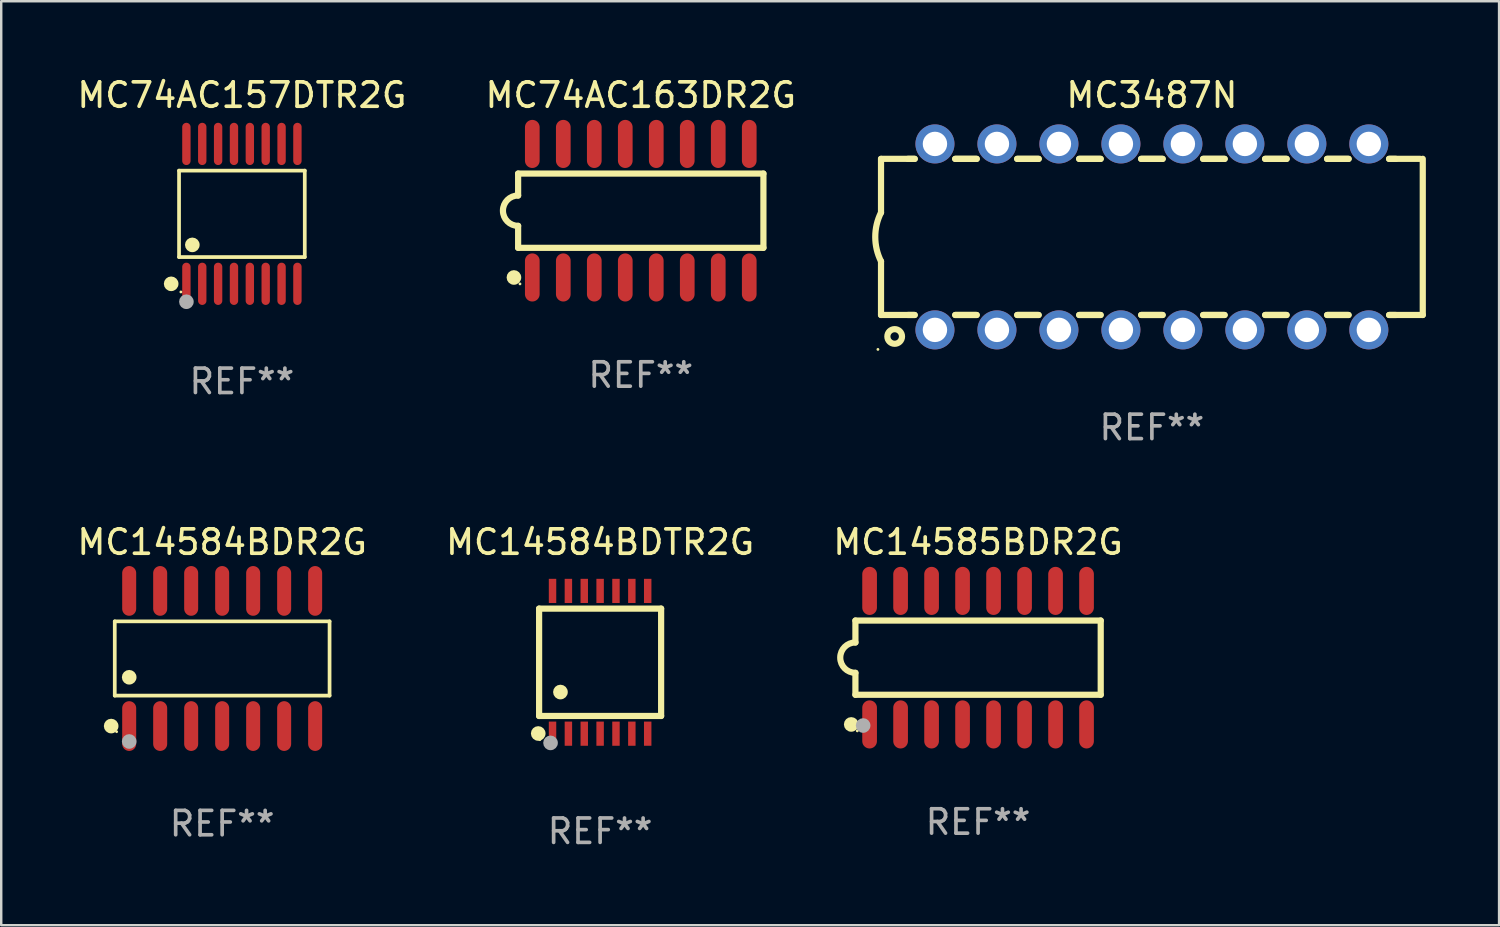
<source format=kicad_pcb>
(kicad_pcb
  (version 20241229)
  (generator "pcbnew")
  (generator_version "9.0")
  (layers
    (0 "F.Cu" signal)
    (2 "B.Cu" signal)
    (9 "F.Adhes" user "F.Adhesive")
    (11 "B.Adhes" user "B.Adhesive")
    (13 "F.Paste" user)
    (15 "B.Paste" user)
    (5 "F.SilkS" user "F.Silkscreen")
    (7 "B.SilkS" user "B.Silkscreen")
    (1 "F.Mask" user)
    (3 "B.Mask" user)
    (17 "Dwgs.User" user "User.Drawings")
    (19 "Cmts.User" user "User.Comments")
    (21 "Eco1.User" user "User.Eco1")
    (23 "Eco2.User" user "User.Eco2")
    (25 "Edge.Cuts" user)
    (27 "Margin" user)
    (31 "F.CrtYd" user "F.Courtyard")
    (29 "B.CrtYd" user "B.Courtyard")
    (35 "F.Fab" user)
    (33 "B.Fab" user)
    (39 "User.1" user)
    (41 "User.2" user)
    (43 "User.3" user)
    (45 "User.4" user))
  (footprint "MC14585BDR2G"
    (layer "F.Cu")
    (at 37.03 23.9)
    (property "Reference" "MC14585BDR2G" (at 0 -4.736 0) (layer "F.SilkS") (effects (font (size 1 1) (thickness 0.15))))
    (attr through_hole)
    (fp_line (start -5.026 -1.521) (end -5.026 -0.621) (stroke (width 0.254) (type solid)) (layer "F.SilkS"))
    (fp_line (start -5.026 -1.521) (end 5.026 -1.521) (stroke (width 0.254) (type solid)) (layer "F.SilkS"))
    (fp_line (start -5.026 1.521) (end -5.026 0.621) (stroke (width 0.254) (type solid)) (layer "F.SilkS"))
    (fp_line (start 5.026 -1.521) (end 5.026 1.521) (stroke (width 0.254) (type solid)) (layer "F.SilkS"))
    (fp_line (start 5.026 1.521) (end -5.026 1.521) (stroke (width 0.254) (type solid)) (layer "F.SilkS"))
    (fp_arc (start -5.026187 0.621387) (mid -5.647752 -0.000787) (end -5.025781 -0.622555) (stroke (width 0.254001) (type solid)) (layer "F.SilkS"))
    (fp_circle (center -5.198 2.736) (end -5.048 2.736) (stroke (width 0.3) (type solid)) (fill no) (layer "F.SilkS"))
    (fp_circle (center -4.95 3) (end -4.92 3) (stroke (width 0.06) (type solid)) (fill no) (layer "F.SilkS"))
    (fp_circle (center -4.71 2.78) (end -4.56 2.78) (stroke (width 0.3) (type solid)) (fill no) (layer "F.Fab"))
    (fp_text user "REF**" (at 0 6.736 0) (layer "F.Fab") (effects (font (size 1 1) (thickness 0.15))))
    (pad "1" smd oval (at -4.445 2.736) (size 0.602 1.971) (layers "F.Cu" "F.Mask" "F.Paste"))
    (pad "2" smd oval (at -3.175 2.736) (size 0.602 1.971) (layers "F.Cu" "F.Mask" "F.Paste"))
    (pad "3" smd oval (at -1.905 2.736) (size 0.602 1.971) (layers "F.Cu" "F.Mask" "F.Paste"))
    (pad "4" smd oval (at -0.635 2.736) (size 0.602 1.971) (layers "F.Cu" "F.Mask" "F.Paste"))
    (pad "5" smd oval (at 0.635 2.736) (size 0.602 1.971) (layers "F.Cu" "F.Mask" "F.Paste"))
    (pad "6" smd oval (at 1.905 2.736) (size 0.602 1.971) (layers "F.Cu" "F.Mask" "F.Paste"))
    (pad "7" smd oval (at 3.175 2.736) (size 0.602 1.971) (layers "F.Cu" "F.Mask" "F.Paste"))
    (pad "8" smd oval (at 4.445 2.736) (size 0.602 1.971) (layers "F.Cu" "F.Mask" "F.Paste"))
    (pad "9" smd oval (at 4.445 -2.736) (size 0.602 1.971) (layers "F.Cu" "F.Mask" "F.Paste"))
    (pad "10" smd oval (at 3.175 -2.736) (size 0.602 1.971) (layers "F.Cu" "F.Mask" "F.Paste"))
    (pad "11" smd oval (at 1.905 -2.736) (size 0.602 1.971) (layers "F.Cu" "F.Mask" "F.Paste"))
    (pad "12" smd oval (at 0.635 -2.736) (size 0.602 1.971) (layers "F.Cu" "F.Mask" "F.Paste"))
    (pad "13" smd oval (at -0.635 -2.736) (size 0.602 1.971) (layers "F.Cu" "F.Mask" "F.Paste"))
    (pad "14" smd oval (at -1.905 -2.736) (size 0.602 1.971) (layers "F.Cu" "F.Mask" "F.Paste"))
    (pad "15" smd oval (at -3.175 -2.736) (size 0.602 1.971) (layers "F.Cu" "F.Mask" "F.Paste"))
    (pad "16" smd oval (at -4.445 -2.736) (size 0.602 1.971) (layers "F.Cu" "F.Mask" "F.Paste")))
  (footprint "MC3487N"
    (layer "F.Cu")
    (at 44.153 6.658)
    (property "Reference" "MC3487N" (at 0 -5.81 0) (layer "F.SilkS") (effects (font (size 1 1) (thickness 0.15))))
    (attr through_hole)
    (fp_line (start -11.1 -3.198) (end -9.719 -3.198) (stroke (width 0.254) (type solid)) (layer "F.SilkS"))
    (fp_line (start -11.1 -0.998) (end -11.1 -3.198) (stroke (width 0.254) (type solid)) (layer "F.SilkS"))
    (fp_line (start -11.1 3.2) (end -11.1 1) (stroke (width 0.254) (type solid)) (layer "F.SilkS"))
    (fp_line (start -11.1 3.2) (end -9.721 3.2) (stroke (width 0.254) (type solid)) (layer "F.SilkS"))
    (fp_line (start -10 -3.198) (end -9.719 -3.198) (stroke (width 0.254) (type solid)) (layer "F.SilkS"))
    (fp_line (start -10 3.2) (end -9.721 3.2) (stroke (width 0.254) (type solid)) (layer "F.SilkS"))
    (fp_line (start -8.061 -3.198) (end -7.179 -3.198) (stroke (width 0.254) (type solid)) (layer "F.SilkS"))
    (fp_line (start -8.061 -3.198) (end -7.179 -3.198) (stroke (width 0.254) (type solid)) (layer "F.SilkS"))
    (fp_line (start -8.059 3.2) (end -7.181 3.2) (stroke (width 0.254) (type solid)) (layer "F.SilkS"))
    (fp_line (start -8.059 3.2) (end -7.181 3.2) (stroke (width 0.254) (type solid)) (layer "F.SilkS"))
    (fp_line (start -5.521 -3.198) (end -4.639 -3.198) (stroke (width 0.254) (type solid)) (layer "F.SilkS"))
    (fp_line (start -5.521 -3.198) (end -4.639 -3.198) (stroke (width 0.254) (type solid)) (layer "F.SilkS"))
    (fp_line (start -5.519 3.2) (end -4.641 3.2) (stroke (width 0.254) (type solid)) (layer "F.SilkS"))
    (fp_line (start -5.519 3.2) (end -4.641 3.2) (stroke (width 0.254) (type solid)) (layer "F.SilkS"))
    (fp_line (start -2.981 -3.198) (end -2.099 -3.198) (stroke (width 0.254) (type solid)) (layer "F.SilkS"))
    (fp_line (start -2.981 -3.198) (end -2.099 -3.198) (stroke (width 0.254) (type solid)) (layer "F.SilkS"))
    (fp_line (start -2.979 3.2) (end -2.101 3.2) (stroke (width 0.254) (type solid)) (layer "F.SilkS"))
    (fp_line (start -2.979 3.2) (end -2.101 3.2) (stroke (width 0.254) (type solid)) (layer "F.SilkS"))
    (fp_line (start -0.441 -3.198) (end 0.441 -3.198) (stroke (width 0.254) (type solid)) (layer "F.SilkS"))
    (fp_line (start -0.441 -3.198) (end 0.441 -3.198) (stroke (width 0.254) (type solid)) (layer "F.SilkS"))
    (fp_line (start -0.439 3.2) (end 0.439 3.2) (stroke (width 0.254) (type solid)) (layer "F.SilkS"))
    (fp_line (start -0.439 3.2) (end 0.439 3.2) (stroke (width 0.254) (type solid)) (layer "F.SilkS"))
    (fp_line (start 2.099 -3.198) (end 2.981 -3.198) (stroke (width 0.254) (type solid)) (layer "F.SilkS"))
    (fp_line (start 2.099 -3.198) (end 2.981 -3.198) (stroke (width 0.254) (type solid)) (layer "F.SilkS"))
    (fp_line (start 2.101 3.2) (end 2.979 3.2) (stroke (width 0.254) (type solid)) (layer "F.SilkS"))
    (fp_line (start 2.101 3.2) (end 2.979 3.2) (stroke (width 0.254) (type solid)) (layer "F.SilkS"))
    (fp_line (start 4.639 -3.198) (end 5.521 -3.198) (stroke (width 0.254) (type solid)) (layer "F.SilkS"))
    (fp_line (start 4.639 -3.198) (end 5.521 -3.198) (stroke (width 0.254) (type solid)) (layer "F.SilkS"))
    (fp_line (start 4.641 3.2) (end 5.519 3.2) (stroke (width 0.254) (type solid)) (layer "F.SilkS"))
    (fp_line (start 4.641 3.2) (end 5.519 3.2) (stroke (width 0.254) (type solid)) (layer "F.SilkS"))
    (fp_line (start 7.179 -3.198) (end 8.061 -3.198) (stroke (width 0.254) (type solid)) (layer "F.SilkS"))
    (fp_line (start 7.179 -3.198) (end 8.061 -3.198) (stroke (width 0.254) (type solid)) (layer "F.SilkS"))
    (fp_line (start 7.181 3.2) (end 8.059 3.2) (stroke (width 0.254) (type solid)) (layer "F.SilkS"))
    (fp_line (start 7.181 3.2) (end 8.059 3.2) (stroke (width 0.254) (type solid)) (layer "F.SilkS"))
    (fp_line (start 9.719 -3.198) (end 10 -3.198) (stroke (width 0.254) (type solid)) (layer "F.SilkS"))
    (fp_line (start 9.719 -3.198) (end 11 -3.198) (stroke (width 0.254) (type solid)) (layer "F.SilkS"))
    (fp_line (start 9.721 3.2) (end 11.1 3.2) (stroke (width 0.254) (type solid)) (layer "F.SilkS"))
    (fp_line (start 9.721 3.2) (end 10 3.2) (stroke (width 0.254) (type solid)) (layer "F.SilkS"))
    (fp_line (start 11.1 3.2) (end 11.1 -3.2) (stroke (width 0.254) (type solid)) (layer "F.SilkS"))
    (fp_arc (start -11.099823 1.000762) (mid -11.335827 0.001303) (end -11.1 -0.998197) (stroke (width 0.254001) (type solid)) (layer "F.SilkS"))
    (fp_circle (center -11.227 4.61) (end -11.197 4.61) (stroke (width 0.06) (type solid)) (fill no) (layer "F.SilkS"))
    (fp_circle (center -10.54 4.08) (end -10.24 4.08) (stroke (width 0.254) (type solid)) (fill no) (layer "F.SilkS"))
    (fp_text user "REF**" (at 0 7.81 0) (layer "F.Fab") (effects (font (size 1 1) (thickness 0.15))))
    (pad "1" thru_hole circle (at -8.89 3.81) (size 1.6 1.6) (drill 1) (layers "*.Cu" "*.Mask"))
    (pad "2" thru_hole circle (at -6.35 3.81) (size 1.6 1.6) (drill 1) (layers "*.Cu" "*.Mask"))
    (pad "3" thru_hole circle (at -3.81 3.81) (size 1.6 1.6) (drill 1) (layers "*.Cu" "*.Mask"))
    (pad "4" thru_hole circle (at -1.27 3.81) (size 1.6 1.6) (drill 1) (layers "*.Cu" "*.Mask"))
    (pad "5" thru_hole circle (at 1.27 3.81) (size 1.6 1.6) (drill 1) (layers "*.Cu" "*.Mask"))
    (pad "6" thru_hole circle (at 3.81 3.81) (size 1.6 1.6) (drill 1) (layers "*.Cu" "*.Mask"))
    (pad "7" thru_hole circle (at 6.35 3.81) (size 1.6 1.6) (drill 1) (layers "*.Cu" "*.Mask"))
    (pad "8" thru_hole circle (at 8.89 3.81) (size 1.6 1.6) (drill 1) (layers "*.Cu" "*.Mask"))
    (pad "9" thru_hole circle (at 8.89 -3.81) (size 1.6 1.6) (drill 1) (layers "*.Cu" "*.Mask"))
    (pad "10" thru_hole circle (at 6.35 -3.81) (size 1.6 1.6) (drill 1) (layers "*.Cu" "*.Mask"))
    (pad "11" thru_hole circle (at 3.81 -3.81) (size 1.6 1.6) (drill 1) (layers "*.Cu" "*.Mask"))
    (pad "12" thru_hole circle (at 1.27 -3.81) (size 1.6 1.6) (drill 1) (layers "*.Cu" "*.Mask"))
    (pad "13" thru_hole circle (at -1.27 -3.81) (size 1.6 1.6) (drill 1) (layers "*.Cu" "*.Mask"))
    (pad "14" thru_hole circle (at -3.81 -3.81) (size 1.6 1.6) (drill 1) (layers "*.Cu" "*.Mask"))
    (pad "15" thru_hole circle (at -6.35 -3.81) (size 1.6 1.6) (drill 1) (layers "*.Cu" "*.Mask"))
    (pad "16" thru_hole circle (at -8.89 -3.81) (size 1.6 1.6) (drill 1) (layers "*.Cu" "*.Mask")))
  (footprint "MC14584BDTR2G"
    (layer "F.Cu")
    (at 21.542 24.09)
    (property "Reference" "MC14584BDTR2G" (at 0 -4.925 0) (layer "F.SilkS") (effects (font (size 1 1) (thickness 0.15))))
    (attr through_hole)
    (fp_line (start -2.5 2.2) (end -2.5 -2.2) (stroke (width 0.254) (type solid)) (layer "F.SilkS"))
    (fp_line (start -2.5 2.2) (end 2.5 2.2) (stroke (width 0.254) (type solid)) (layer "F.SilkS"))
    (fp_line (start 2.5 -2.2) (end -2.5 -2.2) (stroke (width 0.254) (type solid)) (layer "F.SilkS"))
    (fp_line (start 2.5 -2.2) (end 2.5 2.2) (stroke (width 0.254) (type solid)) (layer "F.SilkS"))
    (fp_circle (center -2.536 2.917) (end -2.386 2.917) (stroke (width 0.3) (type solid)) (fill no) (layer "F.SilkS"))
    (fp_circle (center -2.47 3.17) (end -2.44 3.17) (stroke (width 0.06) (type solid)) (fill no) (layer "F.SilkS"))
    (fp_circle (center -1.626 1.219) (end -1.475 1.219) (stroke (width 0.3) (type solid)) (fill no) (layer "F.SilkS"))
    (fp_circle (center -2.032 3.302) (end -1.882 3.302) (stroke (width 0.3) (type solid)) (fill no) (layer "F.Fab"))
    (fp_text user "REF**" (at 0 6.925 0) (layer "F.Fab") (effects (font (size 1 1) (thickness 0.15))))
    (pad "1" smd rect (at -1.95 2.925) (size 0.305 0.991) (layers "F.Cu" "F.Mask" "F.Paste"))
    (pad "2" smd rect (at -1.3 2.925) (size 0.305 0.991) (layers "F.Cu" "F.Mask" "F.Paste"))
    (pad "3" smd rect (at -0.65 2.925) (size 0.305 0.991) (layers "F.Cu" "F.Mask" "F.Paste"))
    (pad "4" smd rect (at 0 2.925) (size 0.305 0.991) (layers "F.Cu" "F.Mask" "F.Paste"))
    (pad "5" smd rect (at 0.65 2.925) (size 0.305 0.991) (layers "F.Cu" "F.Mask" "F.Paste"))
    (pad "6" smd rect (at 1.3 2.925) (size 0.305 0.991) (layers "F.Cu" "F.Mask" "F.Paste"))
    (pad "7" smd rect (at 1.95 2.925) (size 0.305 0.991) (layers "F.Cu" "F.Mask" "F.Paste"))
    (pad "8" smd rect (at 1.95 -2.925) (size 0.305 0.991) (layers "F.Cu" "F.Mask" "F.Paste"))
    (pad "9" smd rect (at 1.3 -2.925) (size 0.305 0.991) (layers "F.Cu" "F.Mask" "F.Paste"))
    (pad "10" smd rect (at 0.65 -2.925) (size 0.305 0.991) (layers "F.Cu" "F.Mask" "F.Paste"))
    (pad "11" smd rect (at 0 -2.925) (size 0.305 0.991) (layers "F.Cu" "F.Mask" "F.Paste"))
    (pad "12" smd rect (at -0.65 -2.925) (size 0.305 0.991) (layers "F.Cu" "F.Mask" "F.Paste"))
    (pad "13" smd rect (at -1.3 -2.925) (size 0.305 0.991) (layers "F.Cu" "F.Mask" "F.Paste"))
    (pad "14" smd rect (at -1.95 -2.925) (size 0.305 0.991) (layers "F.Cu" "F.Mask" "F.Paste")))
  (footprint "MC74AC163DR2G"
    (layer "F.Cu")
    (at 23.208 5.584)
    (property "Reference" "MC74AC163DR2G" (at 0 -4.736 0) (layer "F.SilkS") (effects (font (size 1 1) (thickness 0.15))))
    (attr through_hole)
    (fp_line (start -5.026 -1.521) (end -5.026 -0.621) (stroke (width 0.254) (type solid)) (layer "F.SilkS"))
    (fp_line (start -5.026 -1.521) (end 5.026 -1.521) (stroke (width 0.254) (type solid)) (layer "F.SilkS"))
    (fp_line (start -5.026 1.521) (end -5.026 0.621) (stroke (width 0.254) (type solid)) (layer "F.SilkS"))
    (fp_line (start 5.026 -1.521) (end 5.026 1.521) (stroke (width 0.254) (type solid)) (layer "F.SilkS"))
    (fp_line (start 5.026 1.521) (end -5.026 1.521) (stroke (width 0.254) (type solid)) (layer "F.SilkS"))
    (fp_arc (start -5.026187 0.621387) (mid -5.647752 -0.000787) (end -5.025781 -0.622555) (stroke (width 0.254001) (type solid)) (layer "F.SilkS"))
    (fp_circle (center -5.198 2.736) (end -5.048 2.736) (stroke (width 0.3) (type solid)) (fill no) (layer "F.SilkS"))
    (fp_circle (center -4.95 3) (end -4.92 3) (stroke (width 0.06) (type solid)) (fill no) (layer "F.SilkS"))
    (fp_text user "REF**" (at 0 6.736 0) (layer "F.Fab") (effects (font (size 1 1) (thickness 0.15))))
    (pad "1" smd oval (at -4.445 2.736) (size 0.602 1.971) (layers "F.Cu" "F.Mask" "F.Paste"))
    (pad "2" smd oval (at -3.175 2.736) (size 0.602 1.971) (layers "F.Cu" "F.Mask" "F.Paste"))
    (pad "3" smd oval (at -1.905 2.736) (size 0.602 1.971) (layers "F.Cu" "F.Mask" "F.Paste"))
    (pad "4" smd oval (at -0.635 2.736) (size 0.602 1.971) (layers "F.Cu" "F.Mask" "F.Paste"))
    (pad "5" smd oval (at 0.635 2.736) (size 0.602 1.971) (layers "F.Cu" "F.Mask" "F.Paste"))
    (pad "6" smd oval (at 1.905 2.736) (size 0.602 1.971) (layers "F.Cu" "F.Mask" "F.Paste"))
    (pad "7" smd oval (at 3.175 2.736) (size 0.602 1.971) (layers "F.Cu" "F.Mask" "F.Paste"))
    (pad "8" smd oval (at 4.445 2.736) (size 0.602 1.971) (layers "F.Cu" "F.Mask" "F.Paste"))
    (pad "9" smd oval (at 4.445 -2.736) (size 0.602 1.971) (layers "F.Cu" "F.Mask" "F.Paste"))
    (pad "10" smd oval (at 3.175 -2.736) (size 0.602 1.971) (layers "F.Cu" "F.Mask" "F.Paste"))
    (pad "11" smd oval (at 1.905 -2.736) (size 0.602 1.971) (layers "F.Cu" "F.Mask" "F.Paste"))
    (pad "12" smd oval (at 0.635 -2.736) (size 0.602 1.971) (layers "F.Cu" "F.Mask" "F.Paste"))
    (pad "13" smd oval (at -0.635 -2.736) (size 0.602 1.971) (layers "F.Cu" "F.Mask" "F.Paste"))
    (pad "14" smd oval (at -1.905 -2.736) (size 0.602 1.971) (layers "F.Cu" "F.Mask" "F.Paste"))
    (pad "15" smd oval (at -3.175 -2.736) (size 0.602 1.971) (layers "F.Cu" "F.Mask" "F.Paste"))
    (pad "16" smd oval (at -4.445 -2.736) (size 0.602 1.971) (layers "F.Cu" "F.Mask" "F.Paste")))
  (footprint "MC14584BDR2G"
    (layer "F.Cu")
    (at 6.054 23.934)
    (property "Reference" "MC14584BDR2G" (at 0 -4.769 0) (layer "F.SilkS") (effects (font (size 1 1) (thickness 0.15))))
    (attr through_hole)
    (fp_line (start -4.401 -1.521) (end 4.401 -1.521) (stroke (width 0.152) (type solid)) (layer "F.SilkS"))
    (fp_line (start -4.401 1.521) (end -4.401 -1.521) (stroke (width 0.152) (type solid)) (layer "F.SilkS"))
    (fp_line (start 4.401 -1.521) (end 4.401 1.521) (stroke (width 0.152) (type solid)) (layer "F.SilkS"))
    (fp_line (start 4.401 1.521) (end -4.401 1.521) (stroke (width 0.152) (type solid)) (layer "F.SilkS"))
    (fp_circle (center -4.549 2.769) (end -4.399 2.769) (stroke (width 0.3) (type solid)) (fill no) (layer "F.SilkS"))
    (fp_circle (center -4.325 3) (end -4.295 3) (stroke (width 0.06) (type solid)) (fill no) (layer "F.SilkS"))
    (fp_circle (center -3.81 0.769) (end -3.66 0.769) (stroke (width 0.3) (type solid)) (fill no) (layer "F.SilkS"))
    (fp_circle (center -3.81 3.4) (end -3.66 3.4) (stroke (width 0.3) (type solid)) (fill no) (layer "F.Fab"))
    (fp_text user "REF**" (at 0 6.769 0) (layer "F.Fab") (effects (font (size 1 1) (thickness 0.15))))
    (pad "1" smd oval (at -3.81 2.769) (size 0.574 2.038) (layers "F.Cu" "F.Mask" "F.Paste"))
    (pad "2" smd oval (at -2.54 2.769) (size 0.574 2.038) (layers "F.Cu" "F.Mask" "F.Paste"))
    (pad "3" smd oval (at -1.27 2.769) (size 0.574 2.038) (layers "F.Cu" "F.Mask" "F.Paste"))
    (pad "4" smd oval (at 0 2.769) (size 0.574 2.038) (layers "F.Cu" "F.Mask" "F.Paste"))
    (pad "5" smd oval (at 1.27 2.769) (size 0.574 2.038) (layers "F.Cu" "F.Mask" "F.Paste"))
    (pad "6" smd oval (at 2.54 2.769) (size 0.574 2.038) (layers "F.Cu" "F.Mask" "F.Paste"))
    (pad "7" smd oval (at 3.81 2.769) (size 0.574 2.038) (layers "F.Cu" "F.Mask" "F.Paste"))
    (pad "8" smd oval (at 3.81 -2.769) (size 0.574 2.038) (layers "F.Cu" "F.Mask" "F.Paste"))
    (pad "9" smd oval (at 2.54 -2.769) (size 0.574 2.038) (layers "F.Cu" "F.Mask" "F.Paste"))
    (pad "10" smd oval (at 1.27 -2.769) (size 0.574 2.038) (layers "F.Cu" "F.Mask" "F.Paste"))
    (pad "11" smd oval (at 0 -2.769) (size 0.574 2.038) (layers "F.Cu" "F.Mask" "F.Paste"))
    (pad "12" smd oval (at -1.27 -2.769) (size 0.574 2.038) (layers "F.Cu" "F.Mask" "F.Paste"))
    (pad "13" smd oval (at -2.54 -2.769) (size 0.574 2.038) (layers "F.Cu" "F.Mask" "F.Paste"))
    (pad "14" smd oval (at -3.81 -2.769) (size 0.574 2.038) (layers "F.Cu" "F.Mask" "F.Paste")))
  (footprint "MC74AC157DTR2G"
    (layer "F.Cu")
    (at 6.863 5.714)
    (property "Reference" "MC74AC157DTR2G" (at 0 -4.866 0) (layer "F.SilkS") (effects (font (size 1 1) (thickness 0.15))))
    (attr through_hole)
    (fp_line (start -2.576 -1.772) (end 2.576 -1.772) (stroke (width 0.152) (type solid)) (layer "F.SilkS"))
    (fp_line (start -2.576 1.771) (end -2.576 -1.772) (stroke (width 0.152) (type solid)) (layer "F.SilkS"))
    (fp_line (start 2.576 -1.772) (end 2.576 1.771) (stroke (width 0.152) (type solid)) (layer "F.SilkS"))
    (fp_line (start 2.576 1.771) (end -2.576 1.771) (stroke (width 0.152) (type solid)) (layer "F.SilkS"))
    (fp_circle (center -2.899 2.866) (end -2.749 2.866) (stroke (width 0.3) (type solid)) (fill no) (layer "F.SilkS"))
    (fp_circle (center -2.5 3.2) (end -2.47 3.2) (stroke (width 0.06) (type solid)) (fill no) (layer "F.SilkS"))
    (fp_circle (center -2.032 1.27) (end -1.882 1.27) (stroke (width 0.3) (type solid)) (fill no) (layer "F.SilkS"))
    (fp_circle (center -2.275 3.6) (end -2.125 3.6) (stroke (width 0.3) (type solid)) (fill no) (layer "F.Fab"))
    (fp_text user "REF**" (at 0 6.866 0) (layer "F.Fab") (effects (font (size 1 1) (thickness 0.15))))
    (pad "1" smd oval (at -2.275 2.866) (size 0.343 1.731) (layers "F.Cu" "F.Mask" "F.Paste"))
    (pad "2" smd oval (at -1.625 2.866) (size 0.343 1.731) (layers "F.Cu" "F.Mask" "F.Paste"))
    (pad "3" smd oval (at -0.975 2.866) (size 0.343 1.731) (layers "F.Cu" "F.Mask" "F.Paste"))
    (pad "4" smd oval (at -0.325 2.866) (size 0.343 1.731) (layers "F.Cu" "F.Mask" "F.Paste"))
    (pad "5" smd oval (at 0.325 2.866) (size 0.343 1.731) (layers "F.Cu" "F.Mask" "F.Paste"))
    (pad "6" smd oval (at 0.975 2.866) (size 0.343 1.731) (layers "F.Cu" "F.Mask" "F.Paste"))
    (pad "7" smd oval (at 1.625 2.866) (size 0.343 1.731) (layers "F.Cu" "F.Mask" "F.Paste"))
    (pad "8" smd oval (at 2.275 2.866) (size 0.343 1.731) (layers "F.Cu" "F.Mask" "F.Paste"))
    (pad "9" smd oval (at 2.275 -2.866) (size 0.343 1.731) (layers "F.Cu" "F.Mask" "F.Paste"))
    (pad "10" smd oval (at 1.625 -2.866) (size 0.343 1.731) (layers "F.Cu" "F.Mask" "F.Paste"))
    (pad "11" smd oval (at 0.975 -2.866) (size 0.343 1.731) (layers "F.Cu" "F.Mask" "F.Paste"))
    (pad "12" smd oval (at 0.325 -2.866) (size 0.343 1.731) (layers "F.Cu" "F.Mask" "F.Paste"))
    (pad "13" smd oval (at -0.325 -2.866) (size 0.343 1.731) (layers "F.Cu" "F.Mask" "F.Paste"))
    (pad "14" smd oval (at -0.975 -2.866) (size 0.343 1.731) (layers "F.Cu" "F.Mask" "F.Paste"))
    (pad "15" smd oval (at -1.625 -2.866) (size 0.343 1.731) (layers "F.Cu" "F.Mask" "F.Paste"))
    (pad "16" smd oval (at -2.275 -2.866) (size 0.343 1.731) (layers "F.Cu" "F.Mask" "F.Paste")))
  (gr_rect
    (start -3 -3)
    (end 58.38 34.863)
    (stroke (width 0.1) (type default))
    (fill no)
    (layer "Edge.Cuts")))
</source>
